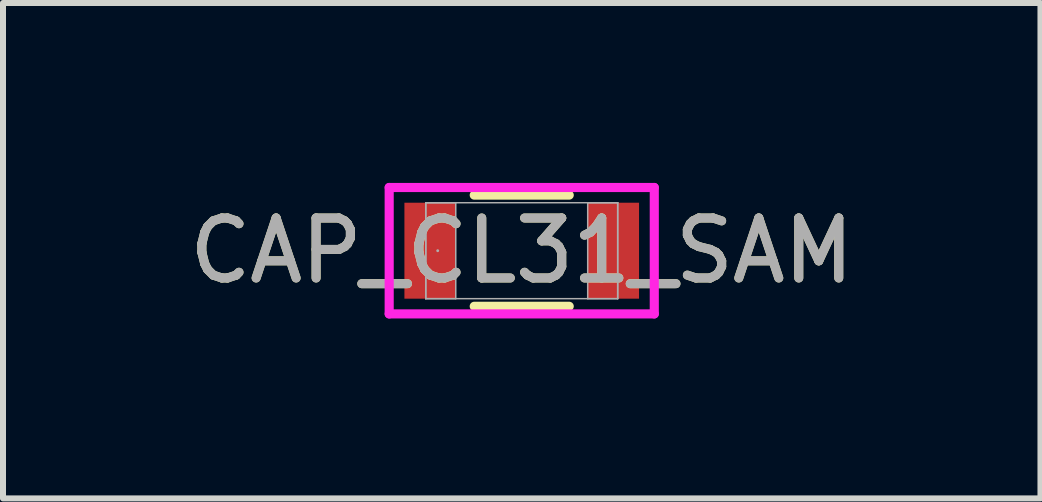
<source format=kicad_pcb>
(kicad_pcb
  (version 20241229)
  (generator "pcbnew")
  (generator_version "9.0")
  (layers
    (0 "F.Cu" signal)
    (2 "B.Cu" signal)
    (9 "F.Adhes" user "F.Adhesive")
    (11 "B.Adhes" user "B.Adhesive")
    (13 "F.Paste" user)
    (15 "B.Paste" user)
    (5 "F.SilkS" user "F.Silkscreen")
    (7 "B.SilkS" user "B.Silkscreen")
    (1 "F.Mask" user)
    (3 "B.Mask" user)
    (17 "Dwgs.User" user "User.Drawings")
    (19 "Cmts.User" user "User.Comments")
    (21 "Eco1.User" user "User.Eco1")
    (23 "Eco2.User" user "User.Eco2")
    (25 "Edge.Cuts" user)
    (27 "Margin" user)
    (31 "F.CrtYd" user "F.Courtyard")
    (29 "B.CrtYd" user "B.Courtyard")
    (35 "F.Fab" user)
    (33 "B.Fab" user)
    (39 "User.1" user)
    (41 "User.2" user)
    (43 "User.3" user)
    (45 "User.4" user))
  (footprint "CAP_CL31_SAM"
    (layer "F.Cu")
    (at 5.649 1.13)
    (property "Reference" "CAP_CL31_SAM" (at 0 0 0) (unlocked yes) (layer "F.SilkS") (effects (font (size 1 1) (thickness 0.15))))
    (attr smd)
    (fp_line (start -0.792 0.927) (end 0.792 0.927) (stroke (width 0.152) (type solid)) (layer "F.SilkS"))
    (fp_line (start 0.792 -0.927) (end -0.792 -0.927) (stroke (width 0.152) (type solid)) (layer "F.SilkS"))
    (fp_line (start -2.21 -1.054) (end 2.21 -1.054) (stroke (width 0.152) (type solid)) (layer "F.CrtYd"))
    (fp_line (start -2.21 1.054) (end -2.21 -1.054) (stroke (width 0.152) (type solid)) (layer "F.CrtYd"))
    (fp_line (start 2.21 -1.054) (end 2.21 1.054) (stroke (width 0.152) (type solid)) (layer "F.CrtYd"))
    (fp_line (start 2.21 1.054) (end -2.21 1.054) (stroke (width 0.152) (type solid)) (layer "F.CrtYd"))
    (fp_line (start -1.6 -0.8) (end -1.6 0.8) (stroke (width 0.025) (type solid)) (layer "F.Fab"))
    (fp_line (start -1.6 -0.8) (end -1.6 0.8) (stroke (width 0.025) (type solid)) (layer "F.Fab"))
    (fp_line (start -1.6 0.8) (end -1.1 0.8) (stroke (width 0.025) (type solid)) (layer "F.Fab"))
    (fp_line (start -1.6 0.8) (end 1.6 0.8) (stroke (width 0.025) (type solid)) (layer "F.Fab"))
    (fp_line (start -1.1 -0.8) (end -1.6 -0.8) (stroke (width 0.025) (type solid)) (layer "F.Fab"))
    (fp_line (start -1.1 0.8) (end -1.1 -0.8) (stroke (width 0.025) (type solid)) (layer "F.Fab"))
    (fp_line (start 1.1 -0.8) (end 1.1 0.8) (stroke (width 0.025) (type solid)) (layer "F.Fab"))
    (fp_line (start 1.1 0.8) (end 1.6 0.8) (stroke (width 0.025) (type solid)) (layer "F.Fab"))
    (fp_line (start 1.6 -0.8) (end -1.6 -0.8) (stroke (width 0.025) (type solid)) (layer "F.Fab"))
    (fp_line (start 1.6 -0.8) (end 1.1 -0.8) (stroke (width 0.025) (type solid)) (layer "F.Fab"))
    (fp_line (start 1.6 0.8) (end 1.6 -0.8) (stroke (width 0.025) (type solid)) (layer "F.Fab"))
    (fp_line (start 1.6 0.8) (end 1.6 -0.8) (stroke (width 0.025) (type solid)) (layer "F.Fab"))
    (fp_circle (center -1.401 0) (end -1.401 0) (stroke (width 0.025) (type solid)) (fill no) (layer "F.Fab"))
    (fp_text user "${REFERENCE}" (at 0 0 0) (unlocked yes) (layer "F.Fab") (effects (font (size 1 1) (thickness 0.15))))
    (pad "1" smd rect (at -1.528 0) (size 0.856 1.6) (layers "F.Cu" "F.Mask" "F.Paste"))
    (pad "2" smd rect (at 1.528 0) (size 0.856 1.6) (layers "F.Cu" "F.Mask" "F.Paste"))
    (zone (net_name "") (layer "F.Cu") (hatch full 0.508) (connect_pads) (min_thickness 0.254) (filled_areas_thickness no) (keepout (tracks not_allowed) (vias not_allowed) (pads allowed) (copperpour not_allowed) (footprints allowed)) (placement (enabled no)) (fill) (polygon (pts (xy 4.6 0.381) (xy 6.698 0.381) (xy 6.698 1.879) (xy 4.6 1.879)))))
  (gr_rect
    (start -3 -3)
    (end 14.298 5.26)
    (stroke (width 0.1) (type default))
    (fill no)
    (layer "Edge.Cuts")))
</source>
